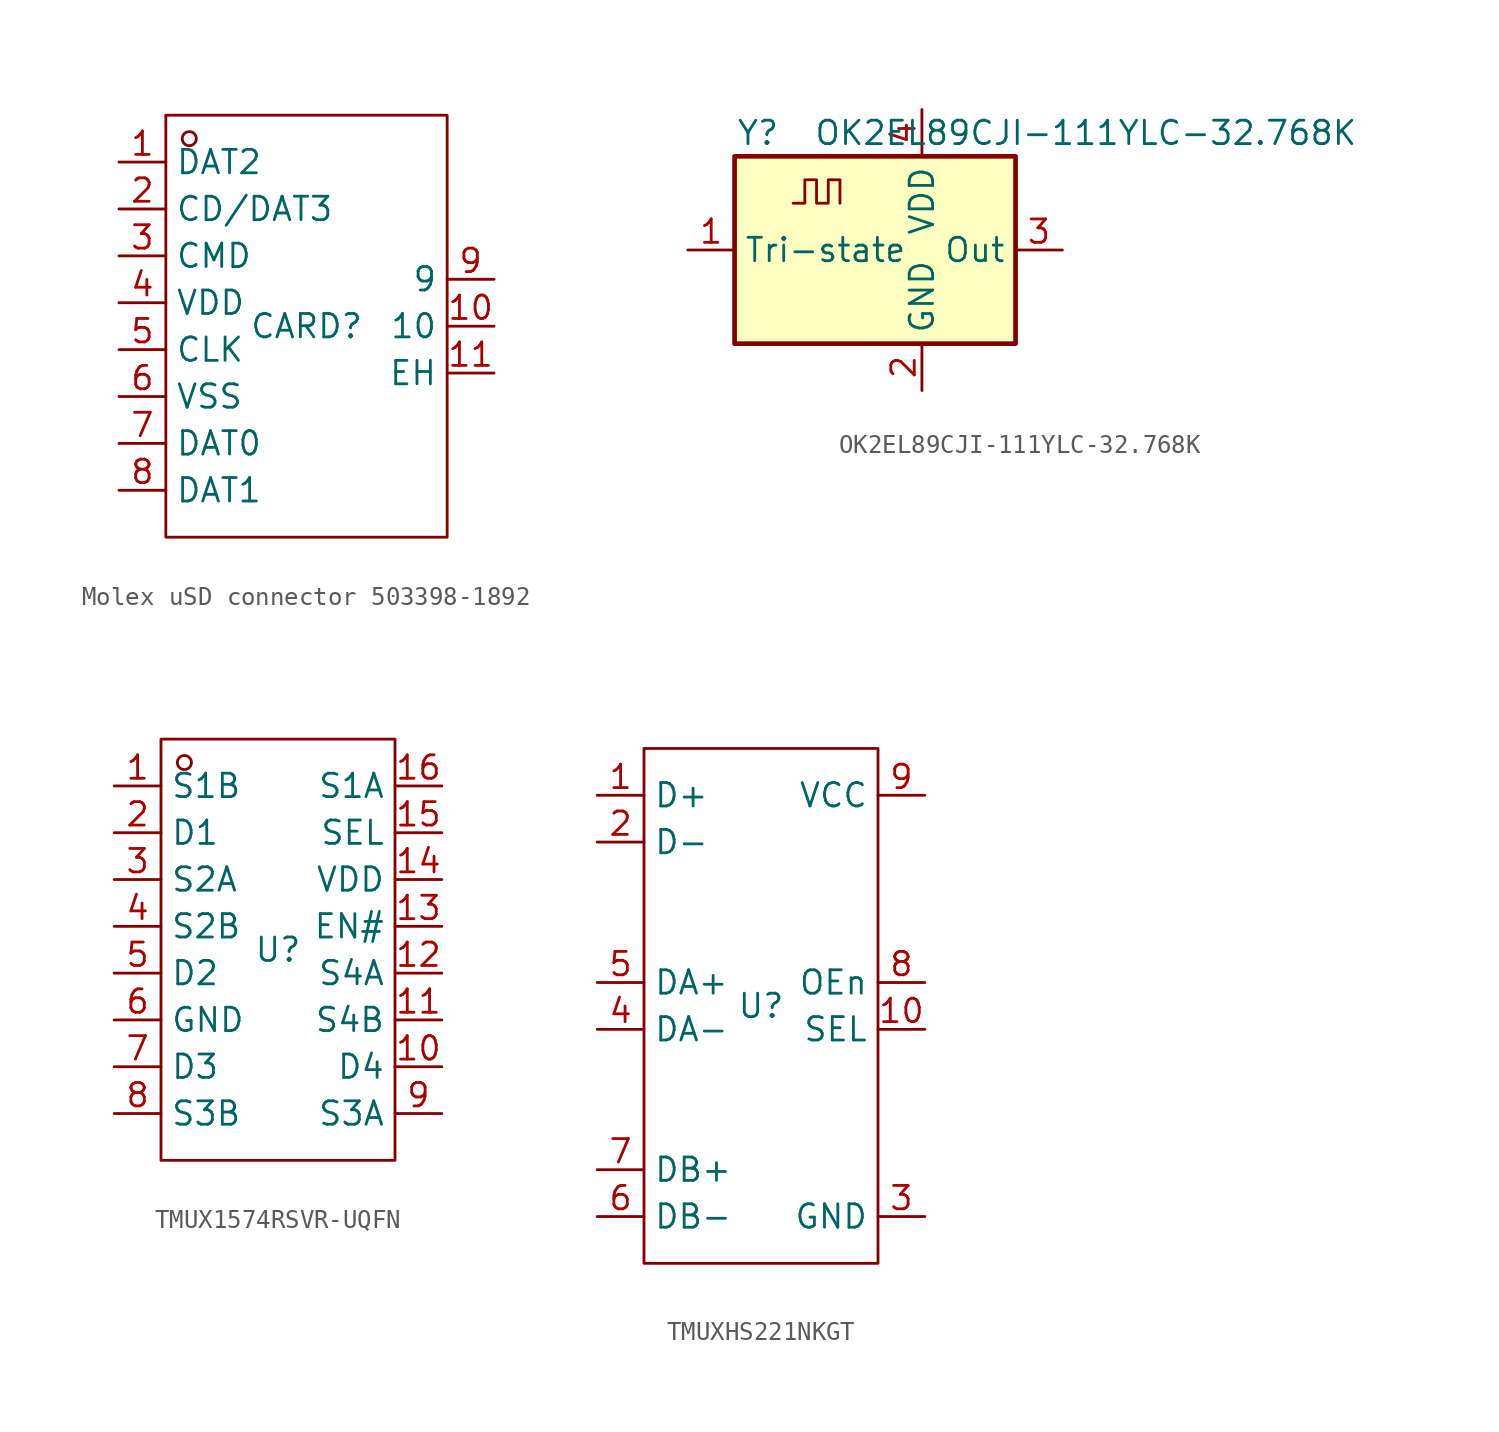
<source format=kicad_sym>
(kicad_symbol_lib
  (version 20241209)
  (generator "kicad_symbol_editor")
  (generator_version "9.0")
  (symbol "Molex uSD connector 503398-1892"
    (property "Reference" "CARD"
      (at 0 0 0)
      (effects (font (size 1.27 1.27))))
    (property "Value" ""
      (at 0 0 0)
      (effects (font (size 1.27 1.27))))
    (symbol "Molex uSD connector 503398-1892_1_0"
      (rectangle (start -7.62 -11.43) (end 7.62 11.43) (stroke (width 0) (type default)) (fill (type none)))
      (circle (center -6.35 10.16) (radius 0.381) (stroke (width 0) (type default)) (fill (type none)))
      (pin bidirectional line (at -10.16 8.89 0) (length 2.54) (name "DAT2" (effects (font (size 1.27 1.27)))) (number "1" (effects (font (size 1.27 1.27)))))
      (pin bidirectional line (at -10.16 6.35 0) (length 2.54) (name "CD/DAT3" (effects (font (size 1.27 1.27)))) (number "2" (effects (font (size 1.27 1.27)))))
      (pin input line (at -10.16 3.81 0) (length 2.54) (name "CMD" (effects (font (size 1.27 1.27)))) (number "3" (effects (font (size 1.27 1.27)))))
      (pin power_in line (at -10.16 1.27 0) (length 2.54) (name "VDD" (effects (font (size 1.27 1.27)))) (number "4" (effects (font (size 1.27 1.27)))))
      (pin input line (at -10.16 -1.27 0) (length 2.54) (name "CLK" (effects (font (size 1.27 1.27)))) (number "5" (effects (font (size 1.27 1.27)))))
      (pin power_in line (at -10.16 -3.81 0) (length 2.54) (name "VSS" (effects (font (size 1.27 1.27)))) (number "6" (effects (font (size 1.27 1.27)))))
      (pin bidirectional line (at -10.16 -6.35 0) (length 2.54) (name "DAT0" (effects (font (size 1.27 1.27)))) (number "7" (effects (font (size 1.27 1.27)))))
      (pin bidirectional line (at -10.16 -8.89 0) (length 2.54) (name "DAT1" (effects (font (size 1.27 1.27)))) (number "8" (effects (font (size 1.27 1.27)))))
      (pin passive line (at 10.16 2.54 180) (length 2.54) (name "9" (effects (font (size 1.27 1.27)))) (number "9" (effects (font (size 1.27 1.27)))))
      (pin passive line (at 10.16 0 180) (length 2.54) (name "10" (effects (font (size 1.27 1.27)))) (number "10" (effects (font (size 1.27 1.27)))))
      (pin passive line (at 10.16 -2.54 180) (length 2.54) (name "EH" (effects (font (size 1.27 1.27)))) (number "11" (effects (font (size 1.27 1.27)))))))
  (symbol "OK2EL89CJI-111YLC-32.768K"
    (property "Reference" "Y"
      (at -6.35 6.35 0)
      (effects (font (size 1.27 1.27))))
    (property "Value" "OK2EL89CJI-111YLC-32.768K"
      (at 11.43 6.35 0)
      (effects (font (size 1.27 1.27))))
    (symbol "OK2EL89CJI-111YLC-32.768K_1_1"
      (rectangle (start -7.62 5.08) (end 7.62 -5.08) (stroke (width 0.254) (type default)) (fill (type background)))
      (polyline (pts (xy -4.445 2.54) (xy -3.81 2.54) (xy -3.81 3.81) (xy -3.175 3.81) (xy -3.175 2.54) (xy -2.54 2.54) (xy -2.54 3.81) (xy -1.905 3.81) (xy -1.905 2.54)) (stroke (width 0) (type default)) (fill (type none)))
      (pin input line (at -10.16 0 0) (length 2.54) (name "Tri-state" (effects (font (size 1.27 1.27)))) (number "1" (effects (font (size 1.27 1.27)))))
      (pin power_in line (at 2.54 7.62 270) (length 2.54) (name "VDD" (effects (font (size 1.27 1.27)))) (number "4" (effects (font (size 1.27 1.27)))))
      (pin power_in line (at 2.54 -7.62 90) (length 2.54) (name "GND" (effects (font (size 1.27 1.27)))) (number "2" (effects (font (size 1.27 1.27)))))
      (pin output line (at 10.16 0 180) (length 2.54) (name "Out" (effects (font (size 1.27 1.27)))) (number "3" (effects (font (size 1.27 1.27)))))))
  (symbol "TMUX1574RSVR-UQFN"
    (property "Reference" "U"
      (at 0 0 0)
      (effects (font (size 1.27 1.27))))
    (property "Value" ""
      (at 0 0 0)
      (effects (font (size 1.27 1.27))))
    (symbol "TMUX1574RSVR-UQFN_1_0"
      (rectangle (start -6.35 -11.43) (end 6.35 11.43) (stroke (width 0) (type default)) (fill (type none)))
      (circle (center -5.08 10.16) (radius 0.381) (stroke (width 0) (type default)) (fill (type none)))
      (pin bidirectional line (at -8.89 8.89 0) (length 2.54) (name "S1B" (effects (font (size 1.27 1.27)))) (number "1" (effects (font (size 1.27 1.27)))))
      (pin bidirectional line (at -8.89 6.35 0) (length 2.54) (name "D1" (effects (font (size 1.27 1.27)))) (number "2" (effects (font (size 1.27 1.27)))))
      (pin bidirectional line (at -8.89 3.81 0) (length 2.54) (name "S2A" (effects (font (size 1.27 1.27)))) (number "3" (effects (font (size 1.27 1.27)))))
      (pin bidirectional line (at -8.89 1.27 0) (length 2.54) (name "S2B" (effects (font (size 1.27 1.27)))) (number "4" (effects (font (size 1.27 1.27)))))
      (pin bidirectional line (at -8.89 -1.27 0) (length 2.54) (name "D2" (effects (font (size 1.27 1.27)))) (number "5" (effects (font (size 1.27 1.27)))))
      (pin power_in line (at -8.89 -3.81 0) (length 2.54) (name "GND" (effects (font (size 1.27 1.27)))) (number "6" (effects (font (size 1.27 1.27)))))
      (pin bidirectional line (at -8.89 -6.35 0) (length 2.54) (name "D3" (effects (font (size 1.27 1.27)))) (number "7" (effects (font (size 1.27 1.27)))))
      (pin bidirectional line (at -8.89 -8.89 0) (length 2.54) (name "S3B" (effects (font (size 1.27 1.27)))) (number "8" (effects (font (size 1.27 1.27)))))
      (pin bidirectional line (at 8.89 8.89 180) (length 2.54) (name "S1A" (effects (font (size 1.27 1.27)))) (number "16" (effects (font (size 1.27 1.27)))))
      (pin input line (at 8.89 6.35 180) (length 2.54) (name "SEL" (effects (font (size 1.27 1.27)))) (number "15" (effects (font (size 1.27 1.27)))))
      (pin power_in line (at 8.89 3.81 180) (length 2.54) (name "VDD" (effects (font (size 1.27 1.27)))) (number "14" (effects (font (size 1.27 1.27)))))
      (pin input line (at 8.89 1.27 180) (length 2.54) (name "EN#" (effects (font (size 1.27 1.27)))) (number "13" (effects (font (size 1.27 1.27)))))
      (pin bidirectional line (at 8.89 -1.27 180) (length 2.54) (name "S4A" (effects (font (size 1.27 1.27)))) (number "12" (effects (font (size 1.27 1.27)))))
      (pin bidirectional line (at 8.89 -3.81 180) (length 2.54) (name "S4B" (effects (font (size 1.27 1.27)))) (number "11" (effects (font (size 1.27 1.27)))))
      (pin bidirectional line (at 8.89 -6.35 180) (length 2.54) (name "D4" (effects (font (size 1.27 1.27)))) (number "10" (effects (font (size 1.27 1.27)))))
      (pin bidirectional line (at 8.89 -8.89 180) (length 2.54) (name "S3A" (effects (font (size 1.27 1.27)))) (number "9" (effects (font (size 1.27 1.27)))))))
  (symbol "TMUXHS221NKGT"
    (property "Reference" "U"
      (at 0 0 0)
      (effects (font (size 1.27 1.27))))
    (property "Value" ""
      (at 0 0 0)
      (effects (font (size 1.27 1.27))))
    (symbol "TMUXHS221NKGT_1_0"
      (rectangle (start -6.35 13.97) (end 6.35 -13.97) (stroke (width 0) (type default)) (fill (type none)))
      (pin bidirectional line (at -8.89 11.43 0) (length 2.54) (name "D+" (effects (font (size 1.27 1.27)))) (number "1" (effects (font (size 1.27 1.27)))))
      (pin bidirectional line (at -8.89 8.89 0) (length 2.54) (name "D-" (effects (font (size 1.27 1.27)))) (number "2" (effects (font (size 1.27 1.27)))))
      (pin bidirectional line (at -8.89 1.27 0) (length 2.54) (name "DA+" (effects (font (size 1.27 1.27)))) (number "5" (effects (font (size 1.27 1.27)))))
      (pin bidirectional line (at -8.89 -1.27 0) (length 2.54) (name "DA-" (effects (font (size 1.27 1.27)))) (number "4" (effects (font (size 1.27 1.27)))))
      (pin bidirectional line (at -8.89 -8.89 0) (length 2.54) (name "DB+" (effects (font (size 1.27 1.27)))) (number "7" (effects (font (size 1.27 1.27)))))
      (pin bidirectional line (at -8.89 -11.43 0) (length 2.54) (name "DB-" (effects (font (size 1.27 1.27)))) (number "6" (effects (font (size 1.27 1.27)))))
      (pin power_in line (at 8.89 11.43 180) (length 2.54) (name "VCC" (effects (font (size 1.27 1.27)))) (number "9" (effects (font (size 1.27 1.27)))))
      (pin input line (at 8.89 1.27 180) (length 2.54) (name "OEn" (effects (font (size 1.27 1.27)))) (number "8" (effects (font (size 1.27 1.27)))))
      (pin input line (at 8.89 -1.27 180) (length 2.54) (name "SEL" (effects (font (size 1.27 1.27)))) (number "10" (effects (font (size 1.27 1.27)))))
      (pin power_in line (at 8.89 -11.43 180) (length 2.54) (name "GND" (effects (font (size 1.27 1.27)))) (number "3" (effects (font (size 1.27 1.27))))))))
</source>
